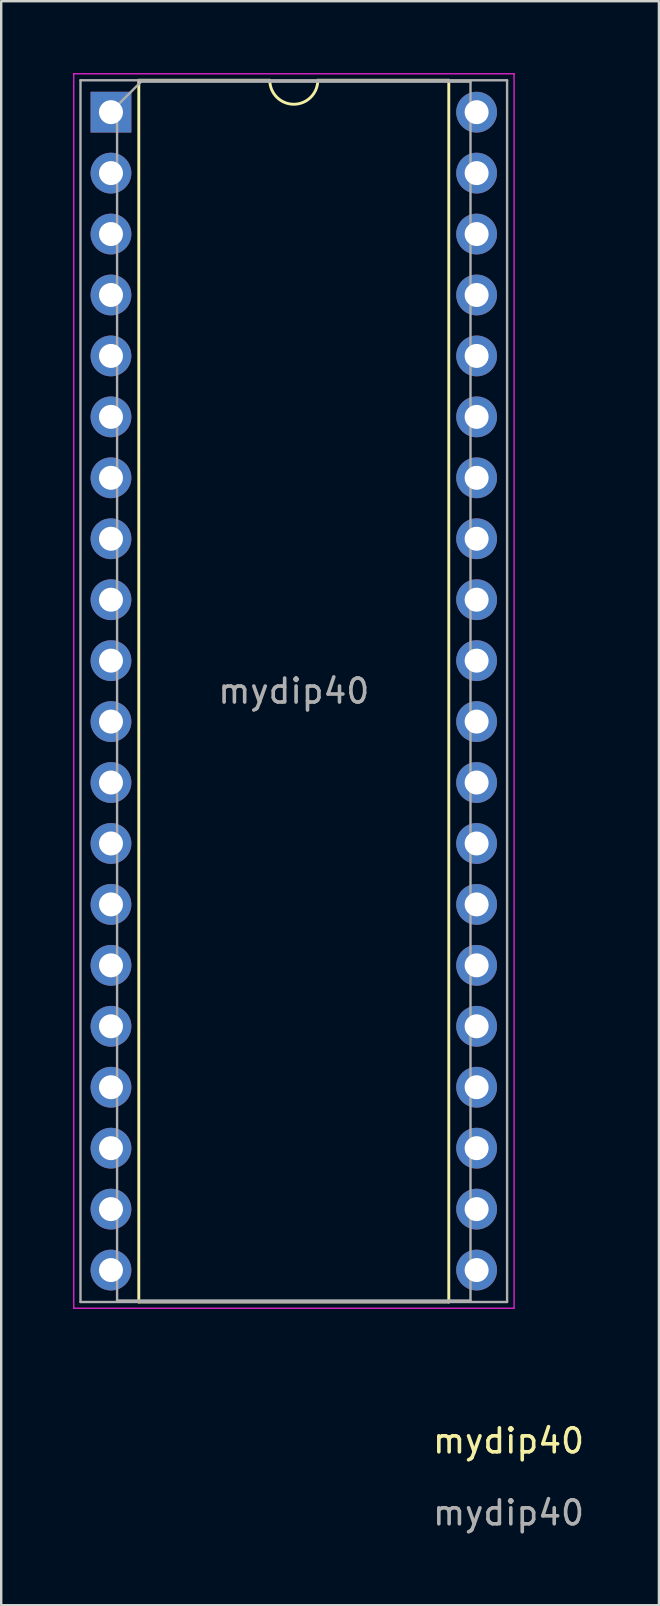
<source format=kicad_pcb>
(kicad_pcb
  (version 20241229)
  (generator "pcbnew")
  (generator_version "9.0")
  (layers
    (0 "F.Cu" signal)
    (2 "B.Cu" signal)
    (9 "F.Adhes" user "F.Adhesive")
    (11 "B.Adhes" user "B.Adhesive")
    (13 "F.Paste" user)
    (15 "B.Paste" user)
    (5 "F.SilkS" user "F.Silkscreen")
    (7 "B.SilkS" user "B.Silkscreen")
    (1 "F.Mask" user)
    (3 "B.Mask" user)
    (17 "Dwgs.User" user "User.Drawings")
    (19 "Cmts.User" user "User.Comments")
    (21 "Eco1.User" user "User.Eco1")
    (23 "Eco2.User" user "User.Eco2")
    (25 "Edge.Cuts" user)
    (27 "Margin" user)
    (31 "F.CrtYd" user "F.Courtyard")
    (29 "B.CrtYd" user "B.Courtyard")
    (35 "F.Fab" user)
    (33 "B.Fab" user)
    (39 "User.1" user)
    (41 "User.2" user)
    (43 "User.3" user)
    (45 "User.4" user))
  (footprint "mydip40"
    (layer "F.Cu")
    (at 18.145 57.505)
    (property "Reference" "mydip40" (at 0 -0.5 0) (unlocked yes) (layer "F.SilkS") (effects (font (size 1 1) (thickness 0.15))))
    (attr through_hole)
    (fp_line (start -15.41 -57.21) (end -15.41 -6.29) (stroke (width 0.12) (type solid)) (layer "F.SilkS"))
    (fp_line (start -15.41 -6.29) (end -2.49 -6.29) (stroke (width 0.12) (type solid)) (layer "F.SilkS"))
    (fp_line (start -9.95 -57.21) (end -15.41 -57.21) (stroke (width 0.12) (type solid)) (layer "F.SilkS"))
    (fp_line (start -2.49 -57.21) (end -7.95 -57.21) (stroke (width 0.12) (type solid)) (layer "F.SilkS"))
    (fp_line (start -2.49 -6.29) (end -2.49 -57.21) (stroke (width 0.12) (type solid)) (layer "F.SilkS"))
    (fp_arc (start -7.95 -57.21) (mid -8.95 -56.21) (end -9.95 -57.21) (stroke (width 0.12) (type solid)) (layer "F.SilkS"))
    (fp_line (start -18.12 -57.48) (end -18.12 -6.03) (stroke (width 0.05) (type solid)) (layer "F.CrtYd"))
    (fp_line (start -18.12 -6.03) (end 0.23 -6.03) (stroke (width 0.05) (type solid)) (layer "F.CrtYd"))
    (fp_line (start 0.23 -57.48) (end -18.12 -57.48) (stroke (width 0.05) (type solid)) (layer "F.CrtYd"))
    (fp_line (start 0.23 -6.03) (end 0.23 -57.48) (stroke (width 0.05) (type solid)) (layer "F.CrtYd"))
    (fp_line (start -17.84 -57.21) (end -17.84 -6.29) (stroke (width 0.1) (type solid)) (layer "F.Fab"))
    (fp_line (start -17.84 -6.29) (end -0.06 -6.29) (stroke (width 0.1) (type solid)) (layer "F.Fab"))
    (fp_line (start -16.315 -56.15) (end -15.315 -57.15) (stroke (width 0.1) (type solid)) (layer "F.Fab"))
    (fp_line (start -16.315 -6.35) (end -16.315 -56.15) (stroke (width 0.1) (type solid)) (layer "F.Fab"))
    (fp_line (start -15.315 -57.15) (end -1.585 -57.15) (stroke (width 0.1) (type solid)) (layer "F.Fab"))
    (fp_line (start -1.585 -57.15) (end -1.585 -6.35) (stroke (width 0.1) (type solid)) (layer "F.Fab"))
    (fp_line (start -1.585 -6.35) (end -16.315 -6.35) (stroke (width 0.1) (type solid)) (layer "F.Fab"))
    (fp_line (start -0.06 -57.21) (end -17.84 -57.21) (stroke (width 0.1) (type solid)) (layer "F.Fab"))
    (fp_line (start -0.06 -6.29) (end -0.06 -57.21) (stroke (width 0.1) (type solid)) (layer "F.Fab"))
    (fp_text user "${REFERENCE}" (at 0 2.5 0) (unlocked yes) (layer "F.Fab") (effects (font (size 1 1) (thickness 0.15))))
    (fp_text user "${REFERENCE}" (at -8.95 -31.75 0) (layer "F.Fab") (effects (font (size 1 1) (thickness 0.15))))
    (pad "1" thru_hole rect (at -16.57 -55.88) (size 1.7 1.7) (drill 1) (layers "*.Cu" "*.Mask"))
    (pad "2" thru_hole oval (at -16.57 -53.34) (size 1.7 1.7) (drill 1) (layers "*.Cu" "*.Mask"))
    (pad "3" thru_hole oval (at -16.57 -50.8) (size 1.7 1.7) (drill 1) (layers "*.Cu" "*.Mask"))
    (pad "4" thru_hole oval (at -16.57 -48.26) (size 1.7 1.7) (drill 1) (layers "*.Cu" "*.Mask"))
    (pad "5" thru_hole oval (at -16.57 -45.72) (size 1.7 1.7) (drill 1) (layers "*.Cu" "*.Mask"))
    (pad "6" thru_hole oval (at -16.57 -43.18) (size 1.7 1.7) (drill 1) (layers "*.Cu" "*.Mask"))
    (pad "7" thru_hole oval (at -16.57 -40.64) (size 1.7 1.7) (drill 1) (layers "*.Cu" "*.Mask"))
    (pad "8" thru_hole oval (at -16.57 -38.1) (size 1.7 1.7) (drill 1) (layers "*.Cu" "*.Mask"))
    (pad "9" thru_hole oval (at -16.57 -35.56) (size 1.7 1.7) (drill 1) (layers "*.Cu" "*.Mask"))
    (pad "10" thru_hole oval (at -16.57 -33.02) (size 1.7 1.7) (drill 1) (layers "*.Cu" "*.Mask"))
    (pad "11" thru_hole oval (at -16.57 -30.48) (size 1.7 1.7) (drill 1) (layers "*.Cu" "*.Mask"))
    (pad "12" thru_hole oval (at -16.57 -27.94) (size 1.7 1.7) (drill 1) (layers "*.Cu" "*.Mask"))
    (pad "13" thru_hole oval (at -16.57 -25.4) (size 1.7 1.7) (drill 1) (layers "*.Cu" "*.Mask"))
    (pad "14" thru_hole oval (at -16.57 -22.86) (size 1.7 1.7) (drill 1) (layers "*.Cu" "*.Mask"))
    (pad "15" thru_hole oval (at -16.57 -20.32) (size 1.7 1.7) (drill 1) (layers "*.Cu" "*.Mask"))
    (pad "16" thru_hole oval (at -16.57 -17.78) (size 1.7 1.7) (drill 1) (layers "*.Cu" "*.Mask"))
    (pad "17" thru_hole oval (at -16.57 -15.24) (size 1.7 1.7) (drill 1) (layers "*.Cu" "*.Mask"))
    (pad "18" thru_hole oval (at -16.57 -12.7) (size 1.7 1.7) (drill 1) (layers "*.Cu" "*.Mask"))
    (pad "19" thru_hole oval (at -16.57 -10.16) (size 1.7 1.7) (drill 1) (layers "*.Cu" "*.Mask"))
    (pad "20" thru_hole oval (at -16.57 -7.62) (size 1.7 1.7) (drill 1) (layers "*.Cu" "*.Mask"))
    (pad "21" thru_hole oval (at -1.33 -7.62) (size 1.7 1.7) (drill 1) (layers "*.Cu" "*.Mask"))
    (pad "22" thru_hole oval (at -1.33 -10.16) (size 1.7 1.7) (drill 1) (layers "*.Cu" "*.Mask"))
    (pad "23" thru_hole oval (at -1.33 -12.7) (size 1.7 1.7) (drill 1) (layers "*.Cu" "*.Mask"))
    (pad "24" thru_hole oval (at -1.33 -15.24) (size 1.7 1.7) (drill 1) (layers "*.Cu" "*.Mask"))
    (pad "25" thru_hole oval (at -1.33 -17.78) (size 1.7 1.7) (drill 1) (layers "*.Cu" "*.Mask"))
    (pad "26" thru_hole oval (at -1.33 -20.32) (size 1.7 1.7) (drill 1) (layers "*.Cu" "*.Mask"))
    (pad "27" thru_hole oval (at -1.33 -22.86) (size 1.7 1.7) (drill 1) (layers "*.Cu" "*.Mask"))
    (pad "28" thru_hole oval (at -1.33 -25.4) (size 1.7 1.7) (drill 1) (layers "*.Cu" "*.Mask"))
    (pad "29" thru_hole oval (at -1.33 -27.94) (size 1.7 1.7) (drill 1) (layers "*.Cu" "*.Mask"))
    (pad "30" thru_hole oval (at -1.33 -30.48) (size 1.7 1.7) (drill 1) (layers "*.Cu" "*.Mask"))
    (pad "31" thru_hole oval (at -1.33 -33.02) (size 1.7 1.7) (drill 1) (layers "*.Cu" "*.Mask"))
    (pad "32" thru_hole oval (at -1.33 -35.56) (size 1.7 1.7) (drill 1) (layers "*.Cu" "*.Mask"))
    (pad "33" thru_hole oval (at -1.33 -38.1) (size 1.7 1.7) (drill 1) (layers "*.Cu" "*.Mask"))
    (pad "34" thru_hole oval (at -1.33 -40.64) (size 1.7 1.7) (drill 1) (layers "*.Cu" "*.Mask"))
    (pad "35" thru_hole oval (at -1.33 -43.18) (size 1.7 1.7) (drill 1) (layers "*.Cu" "*.Mask"))
    (pad "36" thru_hole oval (at -1.33 -45.72) (size 1.7 1.7) (drill 1) (layers "*.Cu" "*.Mask"))
    (pad "37" thru_hole oval (at -1.33 -48.26) (size 1.7 1.7) (drill 1) (layers "*.Cu" "*.Mask"))
    (pad "38" thru_hole oval (at -1.33 -50.8) (size 1.7 1.7) (drill 1) (layers "*.Cu" "*.Mask"))
    (pad "39" thru_hole oval (at -1.33 -53.34) (size 1.7 1.7) (drill 1) (layers "*.Cu" "*.Mask"))
    (pad "40" thru_hole oval (at -1.33 -55.88) (size 1.7 1.7) (drill 1) (layers "*.Cu" "*.Mask")))
  (gr_rect
    (start -3 -3)
    (end 24.413 63.853)
    (stroke (width 0.1) (type default))
    (fill no)
    (layer "Edge.Cuts")))
</source>
